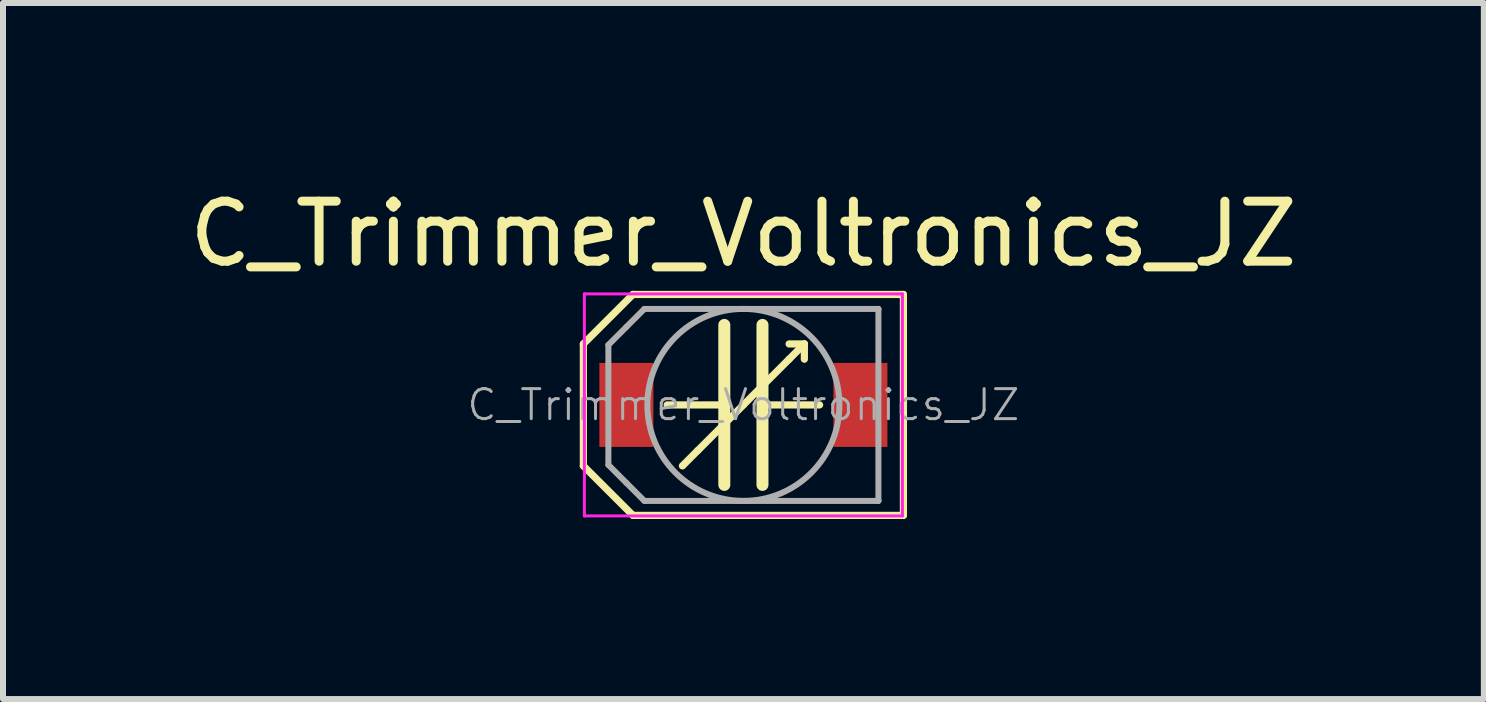
<source format=kicad_pcb>
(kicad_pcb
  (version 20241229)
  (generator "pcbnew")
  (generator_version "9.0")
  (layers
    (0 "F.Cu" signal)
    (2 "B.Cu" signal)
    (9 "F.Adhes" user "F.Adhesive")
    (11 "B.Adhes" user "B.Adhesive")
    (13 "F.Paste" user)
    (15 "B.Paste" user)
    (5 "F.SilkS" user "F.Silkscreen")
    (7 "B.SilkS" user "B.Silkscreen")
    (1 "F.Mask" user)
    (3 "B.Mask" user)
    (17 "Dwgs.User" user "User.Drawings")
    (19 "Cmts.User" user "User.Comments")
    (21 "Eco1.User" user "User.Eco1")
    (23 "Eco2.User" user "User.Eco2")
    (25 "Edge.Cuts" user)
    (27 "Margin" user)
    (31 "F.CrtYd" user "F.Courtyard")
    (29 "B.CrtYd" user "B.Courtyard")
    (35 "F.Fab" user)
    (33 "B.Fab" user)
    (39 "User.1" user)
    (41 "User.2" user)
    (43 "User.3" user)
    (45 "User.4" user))
  (footprint "C_Trimmer_Voltronics_JZ"
    (layer "F.Cu")
    (at 9.339 3.698)
    (property "Reference" "C_Trimmer_Voltronics_JZ" (at 0 -2.85 0) (layer "F.SilkS") (effects (font (size 1 1) (thickness 0.15))))
    (attr smd)
    (fp_line (start -2.667 -1.016) (end -2.667 1.016) (stroke (width 0.12) (type solid)) (layer "F.SilkS"))
    (fp_line (start -2.667 -1.016) (end -1.841 -1.841) (stroke (width 0.12) (type solid)) (layer "F.SilkS"))
    (fp_line (start -1.841 1.841) (end -2.667 1.016) (stroke (width 0.12) (type solid)) (layer "F.SilkS"))
    (fp_line (start -1.841 1.841) (end 2.667 1.841) (stroke (width 0.12) (type solid)) (layer "F.SilkS"))
    (fp_line (start -0.762 0.762) (end -1.016 1.016) (stroke (width 0.12) (type solid)) (layer "F.SilkS"))
    (fp_line (start -0.318 -1.333) (end -0.318 1.333) (stroke (width 0.2) (type solid)) (layer "F.SilkS"))
    (fp_line (start -0.318 0) (end -1.27 0) (stroke (width 0.12) (type solid)) (layer "F.SilkS"))
    (fp_line (start 0 0) (end -0.762 0.762) (stroke (width 0.12) (type solid)) (layer "F.SilkS"))
    (fp_line (start 0 0) (end 0.762 -0.762) (stroke (width 0.12) (type solid)) (layer "F.SilkS"))
    (fp_line (start 0.318 -1.333) (end 0.318 1.333) (stroke (width 0.2) (type solid)) (layer "F.SilkS"))
    (fp_line (start 0.762 -0.762) (end 1.016 -1.016) (stroke (width 0.12) (type solid)) (layer "F.SilkS"))
    (fp_line (start 1.016 -1.016) (end 0.762 -1.016) (stroke (width 0.12) (type solid)) (layer "F.SilkS"))
    (fp_line (start 1.016 -1.016) (end 1.016 -0.762) (stroke (width 0.12) (type solid)) (layer "F.SilkS"))
    (fp_line (start 1.27 0) (end 0.318 0) (stroke (width 0.12) (type solid)) (layer "F.SilkS"))
    (fp_line (start 2.667 -1.841) (end -1.841 -1.841) (stroke (width 0.12) (type solid)) (layer "F.SilkS"))
    (fp_line (start 2.667 -1.778) (end 2.667 -1.841) (stroke (width 0.12) (type solid)) (layer "F.SilkS"))
    (fp_line (start 2.667 1.841) (end 2.667 -1.778) (stroke (width 0.12) (type solid)) (layer "F.SilkS"))
    (fp_line (start -2.65 -1.85) (end -2.65 1.85) (stroke (width 0.05) (type solid)) (layer "F.CrtYd"))
    (fp_line (start -2.65 1.85) (end 2.65 1.85) (stroke (width 0.05) (type solid)) (layer "F.CrtYd"))
    (fp_line (start 2.65 -1.85) (end -2.65 -1.85) (stroke (width 0.05) (type solid)) (layer "F.CrtYd"))
    (fp_line (start 2.65 1.85) (end 2.65 -1.85) (stroke (width 0.05) (type solid)) (layer "F.CrtYd"))
    (fp_line (start -2.25 -1) (end -1.95 -1.3) (stroke (width 0.1) (type solid)) (layer "F.Fab"))
    (fp_line (start -2.25 1) (end -2.25 -1) (stroke (width 0.1) (type solid)) (layer "F.Fab"))
    (fp_line (start -1.95 -1.3) (end -1.65 -1.6) (stroke (width 0.1) (type solid)) (layer "F.Fab"))
    (fp_line (start -1.95 1.3) (end -2.25 1) (stroke (width 0.1) (type solid)) (layer "F.Fab"))
    (fp_line (start -1.65 -1.6) (end 2.24 -1.6) (stroke (width 0.1) (type solid)) (layer "F.Fab"))
    (fp_line (start -1.65 1.6) (end -1.95 1.3) (stroke (width 0.1) (type solid)) (layer "F.Fab"))
    (fp_line (start 2.24 -1.6) (end 2.25 -1.6) (stroke (width 0.1) (type solid)) (layer "F.Fab"))
    (fp_line (start 2.24 1.6) (end -1.65 1.6) (stroke (width 0.1) (type solid)) (layer "F.Fab"))
    (fp_line (start 2.25 -1.6) (end 2.25 -1.59) (stroke (width 0.1) (type solid)) (layer "F.Fab"))
    (fp_line (start 2.25 -1.59) (end 2.25 1.59) (stroke (width 0.1) (type solid)) (layer "F.Fab"))
    (fp_line (start 2.25 1.59) (end 2.25 1.6) (stroke (width 0.1) (type solid)) (layer "F.Fab"))
    (fp_line (start 2.25 1.6) (end 2.24 1.6) (stroke (width 0.1) (type solid)) (layer "F.Fab"))
    (fp_circle (center 0 0) (end 1.6 0) (stroke (width 0.1) (type solid)) (fill no) (layer "F.Fab"))
    (fp_text user "${REFERENCE}" (at 0 0 0) (layer "F.Fab") (effects (font (size 0.5 0.5) (thickness 0.05))))
    (pad "1" smd rect (at -1.95 0) (size 0.9 1.4) (layers "F.Cu" "F.Mask" "F.Paste"))
    (pad "2" smd rect (at 1.95 0) (size 0.9 1.4) (layers "F.Cu" "F.Mask" "F.Paste")))
  (gr_rect
    (start -3 -3)
    (end 21.679 8.6)
    (stroke (width 0.1) (type default))
    (fill no)
    (layer "Edge.Cuts")))
</source>
